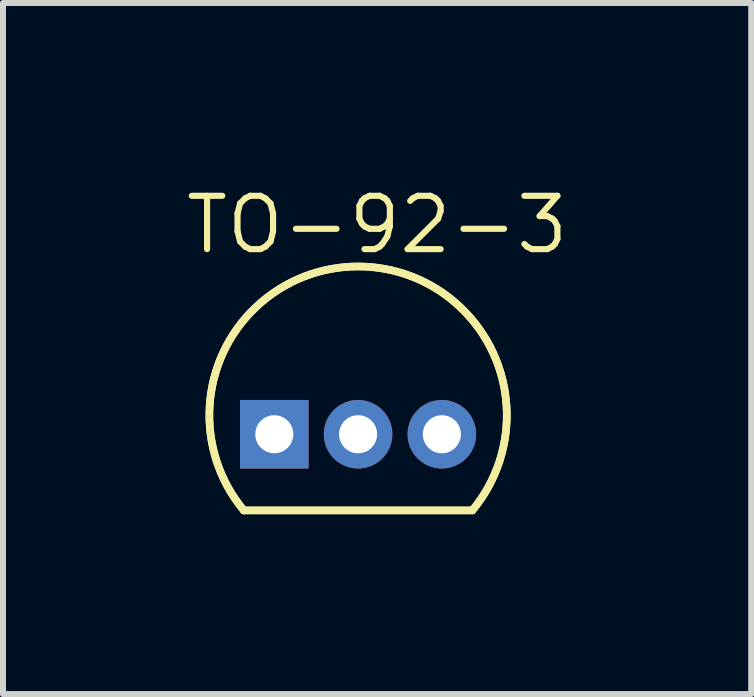
<source format=kicad_pcb>
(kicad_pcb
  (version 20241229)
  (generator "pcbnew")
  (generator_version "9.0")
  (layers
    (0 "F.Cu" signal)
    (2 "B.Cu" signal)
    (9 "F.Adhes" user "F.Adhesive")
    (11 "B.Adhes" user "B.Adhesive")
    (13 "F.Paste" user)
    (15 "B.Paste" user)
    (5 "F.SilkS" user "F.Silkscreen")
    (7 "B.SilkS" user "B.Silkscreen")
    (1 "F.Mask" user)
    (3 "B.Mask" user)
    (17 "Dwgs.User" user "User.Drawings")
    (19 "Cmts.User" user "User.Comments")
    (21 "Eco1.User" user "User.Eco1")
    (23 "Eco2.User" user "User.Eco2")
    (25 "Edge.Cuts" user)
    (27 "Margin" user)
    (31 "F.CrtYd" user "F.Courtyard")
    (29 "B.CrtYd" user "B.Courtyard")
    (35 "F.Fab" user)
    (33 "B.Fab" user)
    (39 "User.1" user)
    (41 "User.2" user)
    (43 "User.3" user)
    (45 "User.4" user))
  (footprint "TO-92-3"
    (layer "F.Cu")
    (at 2.921 4.191)
    (property "Reference" "TO-92-3" (at 0.318 -3.493 0) (layer "F.SilkS") (effects (font (size 0.889 0.889) (thickness 0.102))))
    (attr exclude_from_pos_files exclude_from_bom)
    (fp_line (start 1.905 1.27) (end -1.905 1.27) (stroke (width 0.127) (type solid)) (layer "F.SilkS"))
    (fp_line (start 1.905 1.27) (end -1.905 1.27) (stroke (width 0.127) (type solid)) (layer "F.SilkS"))
    (fp_arc (start -1.905 1.27) (mid -0.000241 -2.797254) (end 1.905309 1.26963) (stroke (width 0.127) (type solid)) (layer "F.SilkS"))
    (fp_arc (start -1.905 1.27) (mid -0.000241 -2.797254) (end 1.905309 1.26963) (stroke (width 0.127) (type solid)) (layer "F.SilkS"))
    (pad "1" thru_hole rect (at -1.397 0) (size 1.143 1.143) (drill 0.635) (layers "*.Cu" "*.Paste" "*.Mask"))
    (pad "2" thru_hole circle (at 0 0) (size 1.143 1.143) (drill 0.635) (layers "*.Cu" "*.Paste" "*.Mask"))
    (pad "3" thru_hole circle (at 1.397 0) (size 1.143 1.143) (drill 0.635) (layers "*.Cu" "*.Paste" "*.Mask")))
  (gr_rect
    (start -3 -3)
    (end 9.477 8.524)
    (stroke (width 0.1) (type default))
    (fill no)
    (layer "Edge.Cuts")))
</source>
